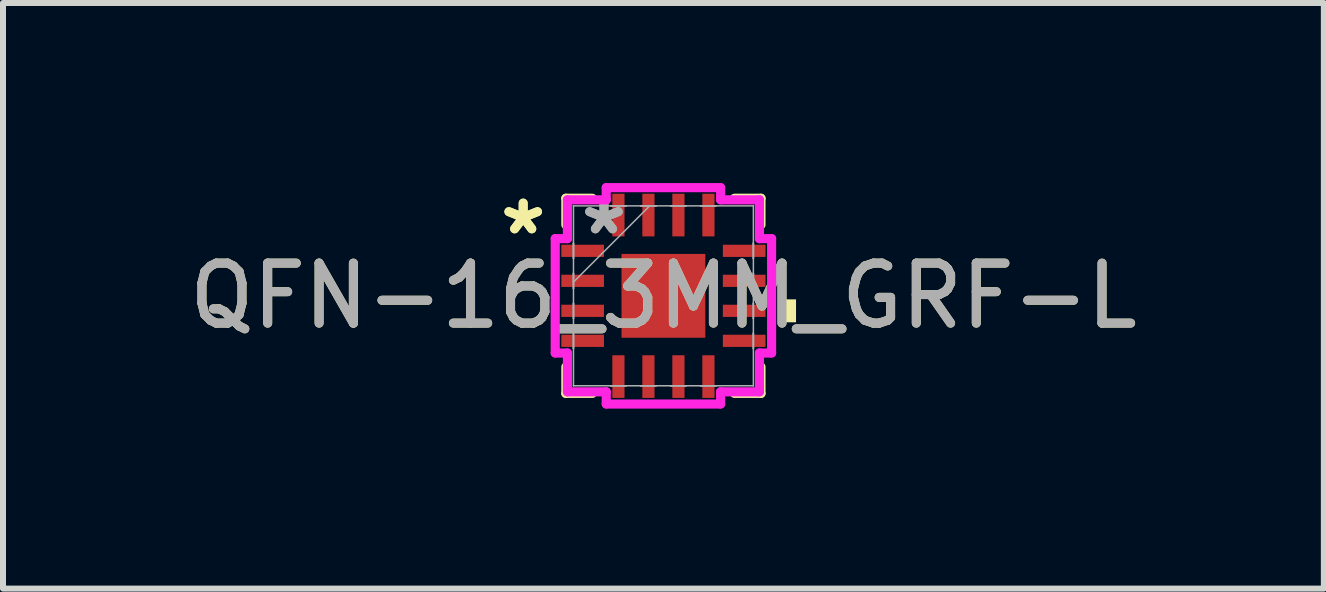
<source format=kicad_pcb>
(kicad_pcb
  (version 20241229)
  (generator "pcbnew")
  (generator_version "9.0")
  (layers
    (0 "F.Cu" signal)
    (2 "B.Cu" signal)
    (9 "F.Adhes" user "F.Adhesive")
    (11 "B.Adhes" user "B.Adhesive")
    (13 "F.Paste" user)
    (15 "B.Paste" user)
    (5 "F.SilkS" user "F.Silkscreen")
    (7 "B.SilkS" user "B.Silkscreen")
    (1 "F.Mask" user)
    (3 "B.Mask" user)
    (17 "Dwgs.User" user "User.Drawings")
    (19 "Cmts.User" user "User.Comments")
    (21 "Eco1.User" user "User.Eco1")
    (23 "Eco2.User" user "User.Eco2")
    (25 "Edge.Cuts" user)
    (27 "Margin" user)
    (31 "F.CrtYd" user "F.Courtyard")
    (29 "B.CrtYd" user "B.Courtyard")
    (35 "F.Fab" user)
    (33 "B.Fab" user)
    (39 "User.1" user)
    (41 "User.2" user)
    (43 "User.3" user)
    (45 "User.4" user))
  (footprint "QFN-16_3MM_GRF-L"
    (layer "F.Cu")
    (at 8.006 1.88)
    (property "Reference" "QFN-16_3MM_GRF-L" (at 0 0 0) (unlocked yes) (layer "F.SilkS") (effects (font (size 1 1) (thickness 0.15))))
    (attr smd)
    (fp_line (start -1.626 -1.626) (end -1.626 -1.184) (stroke (width 0.152) (type solid)) (layer "F.SilkS"))
    (fp_line (start -1.626 1.184) (end -1.626 1.626) (stroke (width 0.152) (type solid)) (layer "F.SilkS"))
    (fp_line (start -1.626 1.626) (end -1.184 1.626) (stroke (width 0.152) (type solid)) (layer "F.SilkS"))
    (fp_line (start -1.184 -1.626) (end -1.626 -1.626) (stroke (width 0.152) (type solid)) (layer "F.SilkS"))
    (fp_line (start 1.184 1.626) (end 1.626 1.626) (stroke (width 0.152) (type solid)) (layer "F.SilkS"))
    (fp_line (start 1.626 -1.626) (end 1.184 -1.626) (stroke (width 0.152) (type solid)) (layer "F.SilkS"))
    (fp_line (start 1.626 -1.184) (end 1.626 -1.626) (stroke (width 0.152) (type solid)) (layer "F.SilkS"))
    (fp_line (start 1.626 1.626) (end 1.626 1.184) (stroke (width 0.152) (type solid)) (layer "F.SilkS"))
    (fp_poly (pts (xy 2.21 0.059) (xy 2.21 0.441) (xy 1.956 0.441) (xy 1.956 0.059)) (stroke (width 0) (type solid)) (fill yes) (layer "F.SilkS"))
    (fp_line (start -1.803 -0.953) (end -1.6 -0.953) (stroke (width 0.152) (type solid)) (layer "F.CrtYd"))
    (fp_line (start -1.803 0.953) (end -1.803 -0.953) (stroke (width 0.152) (type solid)) (layer "F.CrtYd"))
    (fp_line (start -1.6 -1.6) (end -0.953 -1.6) (stroke (width 0.152) (type solid)) (layer "F.CrtYd"))
    (fp_line (start -1.6 -0.953) (end -1.6 -1.6) (stroke (width 0.152) (type solid)) (layer "F.CrtYd"))
    (fp_line (start -1.6 0.953) (end -1.803 0.953) (stroke (width 0.152) (type solid)) (layer "F.CrtYd"))
    (fp_line (start -1.6 1.6) (end -1.6 0.953) (stroke (width 0.152) (type solid)) (layer "F.CrtYd"))
    (fp_line (start -0.953 -1.803) (end 0.953 -1.803) (stroke (width 0.152) (type solid)) (layer "F.CrtYd"))
    (fp_line (start -0.953 -1.6) (end -0.953 -1.803) (stroke (width 0.152) (type solid)) (layer "F.CrtYd"))
    (fp_line (start -0.953 1.6) (end -1.6 1.6) (stroke (width 0.152) (type solid)) (layer "F.CrtYd"))
    (fp_line (start -0.953 1.803) (end -0.953 1.6) (stroke (width 0.152) (type solid)) (layer "F.CrtYd"))
    (fp_line (start 0.953 -1.803) (end 0.953 -1.6) (stroke (width 0.152) (type solid)) (layer "F.CrtYd"))
    (fp_line (start 0.953 -1.6) (end 1.6 -1.6) (stroke (width 0.152) (type solid)) (layer "F.CrtYd"))
    (fp_line (start 0.953 1.6) (end 0.953 1.803) (stroke (width 0.152) (type solid)) (layer "F.CrtYd"))
    (fp_line (start 0.953 1.803) (end -0.953 1.803) (stroke (width 0.152) (type solid)) (layer "F.CrtYd"))
    (fp_line (start 1.6 -1.6) (end 1.6 -0.953) (stroke (width 0.152) (type solid)) (layer "F.CrtYd"))
    (fp_line (start 1.6 -0.953) (end 1.803 -0.953) (stroke (width 0.152) (type solid)) (layer "F.CrtYd"))
    (fp_line (start 1.6 0.953) (end 1.6 1.6) (stroke (width 0.152) (type solid)) (layer "F.CrtYd"))
    (fp_line (start 1.6 1.6) (end 0.953 1.6) (stroke (width 0.152) (type solid)) (layer "F.CrtYd"))
    (fp_line (start 1.803 -0.953) (end 1.803 0.953) (stroke (width 0.152) (type solid)) (layer "F.CrtYd"))
    (fp_line (start 1.803 0.953) (end 1.6 0.953) (stroke (width 0.152) (type solid)) (layer "F.CrtYd"))
    (fp_line (start -1.499 -1.499) (end -1.499 -1.499) (stroke (width 0.025) (type solid)) (layer "F.Fab"))
    (fp_line (start -1.499 -1.499) (end -1.499 1.499) (stroke (width 0.025) (type solid)) (layer "F.Fab"))
    (fp_line (start -1.499 -0.877) (end -1.499 -0.877) (stroke (width 0.025) (type solid)) (layer "F.Fab"))
    (fp_line (start -1.499 -0.877) (end -1.499 -0.623) (stroke (width 0.025) (type solid)) (layer "F.Fab"))
    (fp_line (start -1.499 -0.623) (end -1.499 -0.877) (stroke (width 0.025) (type solid)) (layer "F.Fab"))
    (fp_line (start -1.499 -0.623) (end -1.499 -0.623) (stroke (width 0.025) (type solid)) (layer "F.Fab"))
    (fp_line (start -1.499 -0.377) (end -1.499 -0.377) (stroke (width 0.025) (type solid)) (layer "F.Fab"))
    (fp_line (start -1.499 -0.377) (end -1.499 -0.123) (stroke (width 0.025) (type solid)) (layer "F.Fab"))
    (fp_line (start -1.499 -0.229) (end -0.229 -1.499) (stroke (width 0.025) (type solid)) (layer "F.Fab"))
    (fp_line (start -1.499 -0.123) (end -1.499 -0.377) (stroke (width 0.025) (type solid)) (layer "F.Fab"))
    (fp_line (start -1.499 -0.123) (end -1.499 -0.123) (stroke (width 0.025) (type solid)) (layer "F.Fab"))
    (fp_line (start -1.499 0.123) (end -1.499 0.123) (stroke (width 0.025) (type solid)) (layer "F.Fab"))
    (fp_line (start -1.499 0.123) (end -1.499 0.377) (stroke (width 0.025) (type solid)) (layer "F.Fab"))
    (fp_line (start -1.499 0.377) (end -1.499 0.123) (stroke (width 0.025) (type solid)) (layer "F.Fab"))
    (fp_line (start -1.499 0.377) (end -1.499 0.377) (stroke (width 0.025) (type solid)) (layer "F.Fab"))
    (fp_line (start -1.499 0.623) (end -1.499 0.623) (stroke (width 0.025) (type solid)) (layer "F.Fab"))
    (fp_line (start -1.499 0.623) (end -1.499 0.877) (stroke (width 0.025) (type solid)) (layer "F.Fab"))
    (fp_line (start -1.499 0.877) (end -1.499 0.623) (stroke (width 0.025) (type solid)) (layer "F.Fab"))
    (fp_line (start -1.499 0.877) (end -1.499 0.877) (stroke (width 0.025) (type solid)) (layer "F.Fab"))
    (fp_line (start -1.499 1.499) (end -1.499 1.499) (stroke (width 0.025) (type solid)) (layer "F.Fab"))
    (fp_line (start -1.499 1.499) (end 1.499 1.499) (stroke (width 0.025) (type solid)) (layer "F.Fab"))
    (fp_line (start -0.877 -1.499) (end -0.877 -1.499) (stroke (width 0.025) (type solid)) (layer "F.Fab"))
    (fp_line (start -0.877 -1.499) (end -0.623 -1.499) (stroke (width 0.025) (type solid)) (layer "F.Fab"))
    (fp_line (start -0.877 1.499) (end -0.877 1.499) (stroke (width 0.025) (type solid)) (layer "F.Fab"))
    (fp_line (start -0.877 1.499) (end -0.623 1.499) (stroke (width 0.025) (type solid)) (layer "F.Fab"))
    (fp_line (start -0.623 -1.499) (end -0.877 -1.499) (stroke (width 0.025) (type solid)) (layer "F.Fab"))
    (fp_line (start -0.623 -1.499) (end -0.623 -1.499) (stroke (width 0.025) (type solid)) (layer "F.Fab"))
    (fp_line (start -0.623 1.499) (end -0.877 1.499) (stroke (width 0.025) (type solid)) (layer "F.Fab"))
    (fp_line (start -0.623 1.499) (end -0.623 1.499) (stroke (width 0.025) (type solid)) (layer "F.Fab"))
    (fp_line (start -0.377 -1.499) (end -0.377 -1.499) (stroke (width 0.025) (type solid)) (layer "F.Fab"))
    (fp_line (start -0.377 -1.499) (end -0.123 -1.499) (stroke (width 0.025) (type solid)) (layer "F.Fab"))
    (fp_line (start -0.377 1.499) (end -0.377 1.499) (stroke (width 0.025) (type solid)) (layer "F.Fab"))
    (fp_line (start -0.377 1.499) (end -0.123 1.499) (stroke (width 0.025) (type solid)) (layer "F.Fab"))
    (fp_line (start -0.123 -1.499) (end -0.377 -1.499) (stroke (width 0.025) (type solid)) (layer "F.Fab"))
    (fp_line (start -0.123 -1.499) (end -0.123 -1.499) (stroke (width 0.025) (type solid)) (layer "F.Fab"))
    (fp_line (start -0.123 1.499) (end -0.377 1.499) (stroke (width 0.025) (type solid)) (layer "F.Fab"))
    (fp_line (start -0.123 1.499) (end -0.123 1.499) (stroke (width 0.025) (type solid)) (layer "F.Fab"))
    (fp_line (start 0.123 -1.499) (end 0.123 -1.499) (stroke (width 0.025) (type solid)) (layer "F.Fab"))
    (fp_line (start 0.123 -1.499) (end 0.377 -1.499) (stroke (width 0.025) (type solid)) (layer "F.Fab"))
    (fp_line (start 0.123 1.499) (end 0.123 1.499) (stroke (width 0.025) (type solid)) (layer "F.Fab"))
    (fp_line (start 0.123 1.499) (end 0.377 1.499) (stroke (width 0.025) (type solid)) (layer "F.Fab"))
    (fp_line (start 0.377 -1.499) (end 0.123 -1.499) (stroke (width 0.025) (type solid)) (layer "F.Fab"))
    (fp_line (start 0.377 -1.499) (end 0.377 -1.499) (stroke (width 0.025) (type solid)) (layer "F.Fab"))
    (fp_line (start 0.377 1.499) (end 0.123 1.499) (stroke (width 0.025) (type solid)) (layer "F.Fab"))
    (fp_line (start 0.377 1.499) (end 0.377 1.499) (stroke (width 0.025) (type solid)) (layer "F.Fab"))
    (fp_line (start 0.623 -1.499) (end 0.623 -1.499) (stroke (width 0.025) (type solid)) (layer "F.Fab"))
    (fp_line (start 0.623 -1.499) (end 0.877 -1.499) (stroke (width 0.025) (type solid)) (layer "F.Fab"))
    (fp_line (start 0.623 1.499) (end 0.623 1.499) (stroke (width 0.025) (type solid)) (layer "F.Fab"))
    (fp_line (start 0.623 1.499) (end 0.877 1.499) (stroke (width 0.025) (type solid)) (layer "F.Fab"))
    (fp_line (start 0.877 -1.499) (end 0.623 -1.499) (stroke (width 0.025) (type solid)) (layer "F.Fab"))
    (fp_line (start 0.877 -1.499) (end 0.877 -1.499) (stroke (width 0.025) (type solid)) (layer "F.Fab"))
    (fp_line (start 0.877 1.499) (end 0.623 1.499) (stroke (width 0.025) (type solid)) (layer "F.Fab"))
    (fp_line (start 0.877 1.499) (end 0.877 1.499) (stroke (width 0.025) (type solid)) (layer "F.Fab"))
    (fp_line (start 1.499 -1.499) (end -1.499 -1.499) (stroke (width 0.025) (type solid)) (layer "F.Fab"))
    (fp_line (start 1.499 -1.499) (end 1.499 -1.499) (stroke (width 0.025) (type solid)) (layer "F.Fab"))
    (fp_line (start 1.499 -0.877) (end 1.499 -0.877) (stroke (width 0.025) (type solid)) (layer "F.Fab"))
    (fp_line (start 1.499 -0.877) (end 1.499 -0.623) (stroke (width 0.025) (type solid)) (layer "F.Fab"))
    (fp_line (start 1.499 -0.623) (end 1.499 -0.877) (stroke (width 0.025) (type solid)) (layer "F.Fab"))
    (fp_line (start 1.499 -0.623) (end 1.499 -0.623) (stroke (width 0.025) (type solid)) (layer "F.Fab"))
    (fp_line (start 1.499 -0.377) (end 1.499 -0.377) (stroke (width 0.025) (type solid)) (layer "F.Fab"))
    (fp_line (start 1.499 -0.377) (end 1.499 -0.123) (stroke (width 0.025) (type solid)) (layer "F.Fab"))
    (fp_line (start 1.499 -0.123) (end 1.499 -0.377) (stroke (width 0.025) (type solid)) (layer "F.Fab"))
    (fp_line (start 1.499 -0.123) (end 1.499 -0.123) (stroke (width 0.025) (type solid)) (layer "F.Fab"))
    (fp_line (start 1.499 0.123) (end 1.499 0.123) (stroke (width 0.025) (type solid)) (layer "F.Fab"))
    (fp_line (start 1.499 0.123) (end 1.499 0.377) (stroke (width 0.025) (type solid)) (layer "F.Fab"))
    (fp_line (start 1.499 0.377) (end 1.499 0.123) (stroke (width 0.025) (type solid)) (layer "F.Fab"))
    (fp_line (start 1.499 0.377) (end 1.499 0.377) (stroke (width 0.025) (type solid)) (layer "F.Fab"))
    (fp_line (start 1.499 0.623) (end 1.499 0.623) (stroke (width 0.025) (type solid)) (layer "F.Fab"))
    (fp_line (start 1.499 0.623) (end 1.499 0.877) (stroke (width 0.025) (type solid)) (layer "F.Fab"))
    (fp_line (start 1.499 0.877) (end 1.499 0.623) (stroke (width 0.025) (type solid)) (layer "F.Fab"))
    (fp_line (start 1.499 0.877) (end 1.499 0.877) (stroke (width 0.025) (type solid)) (layer "F.Fab"))
    (fp_line (start 1.499 1.499) (end 1.499 -1.499) (stroke (width 0.025) (type solid)) (layer "F.Fab"))
    (fp_line (start 1.499 1.499) (end 1.499 1.499) (stroke (width 0.025) (type solid)) (layer "F.Fab"))
    (fp_text user "*" (at -2.337 -1 0) (unlocked yes) (layer "F.SilkS") (effects (font (size 1 1) (thickness 0.15))))
    (fp_text user "*" (at -2.337 -1 0) (layer "F.SilkS") (effects (font (size 1 1) (thickness 0.15))))
    (fp_text user "${REFERENCE}" (at 0 0 0) (unlocked yes) (layer "F.Fab") (effects (font (size 1 1) (thickness 0.15))))
    (fp_text user "*" (at -0.991 -1 0) (unlocked yes) (layer "F.Fab") (effects (font (size 1 1) (thickness 0.15))))
    (fp_text user "*" (at -0.991 -1 0) (layer "F.Fab") (effects (font (size 1 1) (thickness 0.15))))
    (pad "1" smd rect (at -1.346 -0.75 90) (size 0.203 0.711) (layers "F.Cu" "F.Mask" "F.Paste"))
    (pad "2" smd rect (at -1.346 -0.25 90) (size 0.203 0.711) (layers "F.Cu" "F.Mask" "F.Paste"))
    (pad "3" smd rect (at -1.346 0.25 90) (size 0.203 0.711) (layers "F.Cu" "F.Mask" "F.Paste"))
    (pad "4" smd rect (at -1.346 0.75 90) (size 0.203 0.711) (layers "F.Cu" "F.Mask" "F.Paste"))
    (pad "5" smd rect (at -0.75 1.346) (size 0.203 0.711) (layers "F.Cu" "F.Mask" "F.Paste"))
    (pad "6" smd rect (at -0.25 1.346) (size 0.203 0.711) (layers "F.Cu" "F.Mask" "F.Paste"))
    (pad "7" smd rect (at 0.25 1.346) (size 0.203 0.711) (layers "F.Cu" "F.Mask" "F.Paste"))
    (pad "8" smd rect (at 0.75 1.346) (size 0.203 0.711) (layers "F.Cu" "F.Mask" "F.Paste"))
    (pad "9" smd rect (at 1.346 0.75 90) (size 0.203 0.711) (layers "F.Cu" "F.Mask" "F.Paste"))
    (pad "10" smd rect (at 1.346 0.25 90) (size 0.203 0.711) (layers "F.Cu" "F.Mask" "F.Paste"))
    (pad "11" smd rect (at 1.346 -0.25 90) (size 0.203 0.711) (layers "F.Cu" "F.Mask" "F.Paste"))
    (pad "12" smd rect (at 1.346 -0.75 90) (size 0.203 0.711) (layers "F.Cu" "F.Mask" "F.Paste"))
    (pad "13" smd rect (at 0.75 -1.346) (size 0.203 0.711) (layers "F.Cu" "F.Mask" "F.Paste"))
    (pad "14" smd rect (at 0.25 -1.346) (size 0.203 0.711) (layers "F.Cu" "F.Mask" "F.Paste"))
    (pad "15" smd rect (at -0.25 -1.346) (size 0.203 0.711) (layers "F.Cu" "F.Mask" "F.Paste"))
    (pad "16" smd rect (at -0.75 -1.346) (size 0.203 0.711) (layers "F.Cu" "F.Mask" "F.Paste"))
    (pad "17" smd rect (at 0 0) (size 1.397 1.397) (layers "F.Cu" "F.Mask" "F.Paste")))
  (gr_rect
    (start -3 -3)
    (end 19.012 6.759)
    (stroke (width 0.1) (type default))
    (fill no)
    (layer "Edge.Cuts")))
</source>
